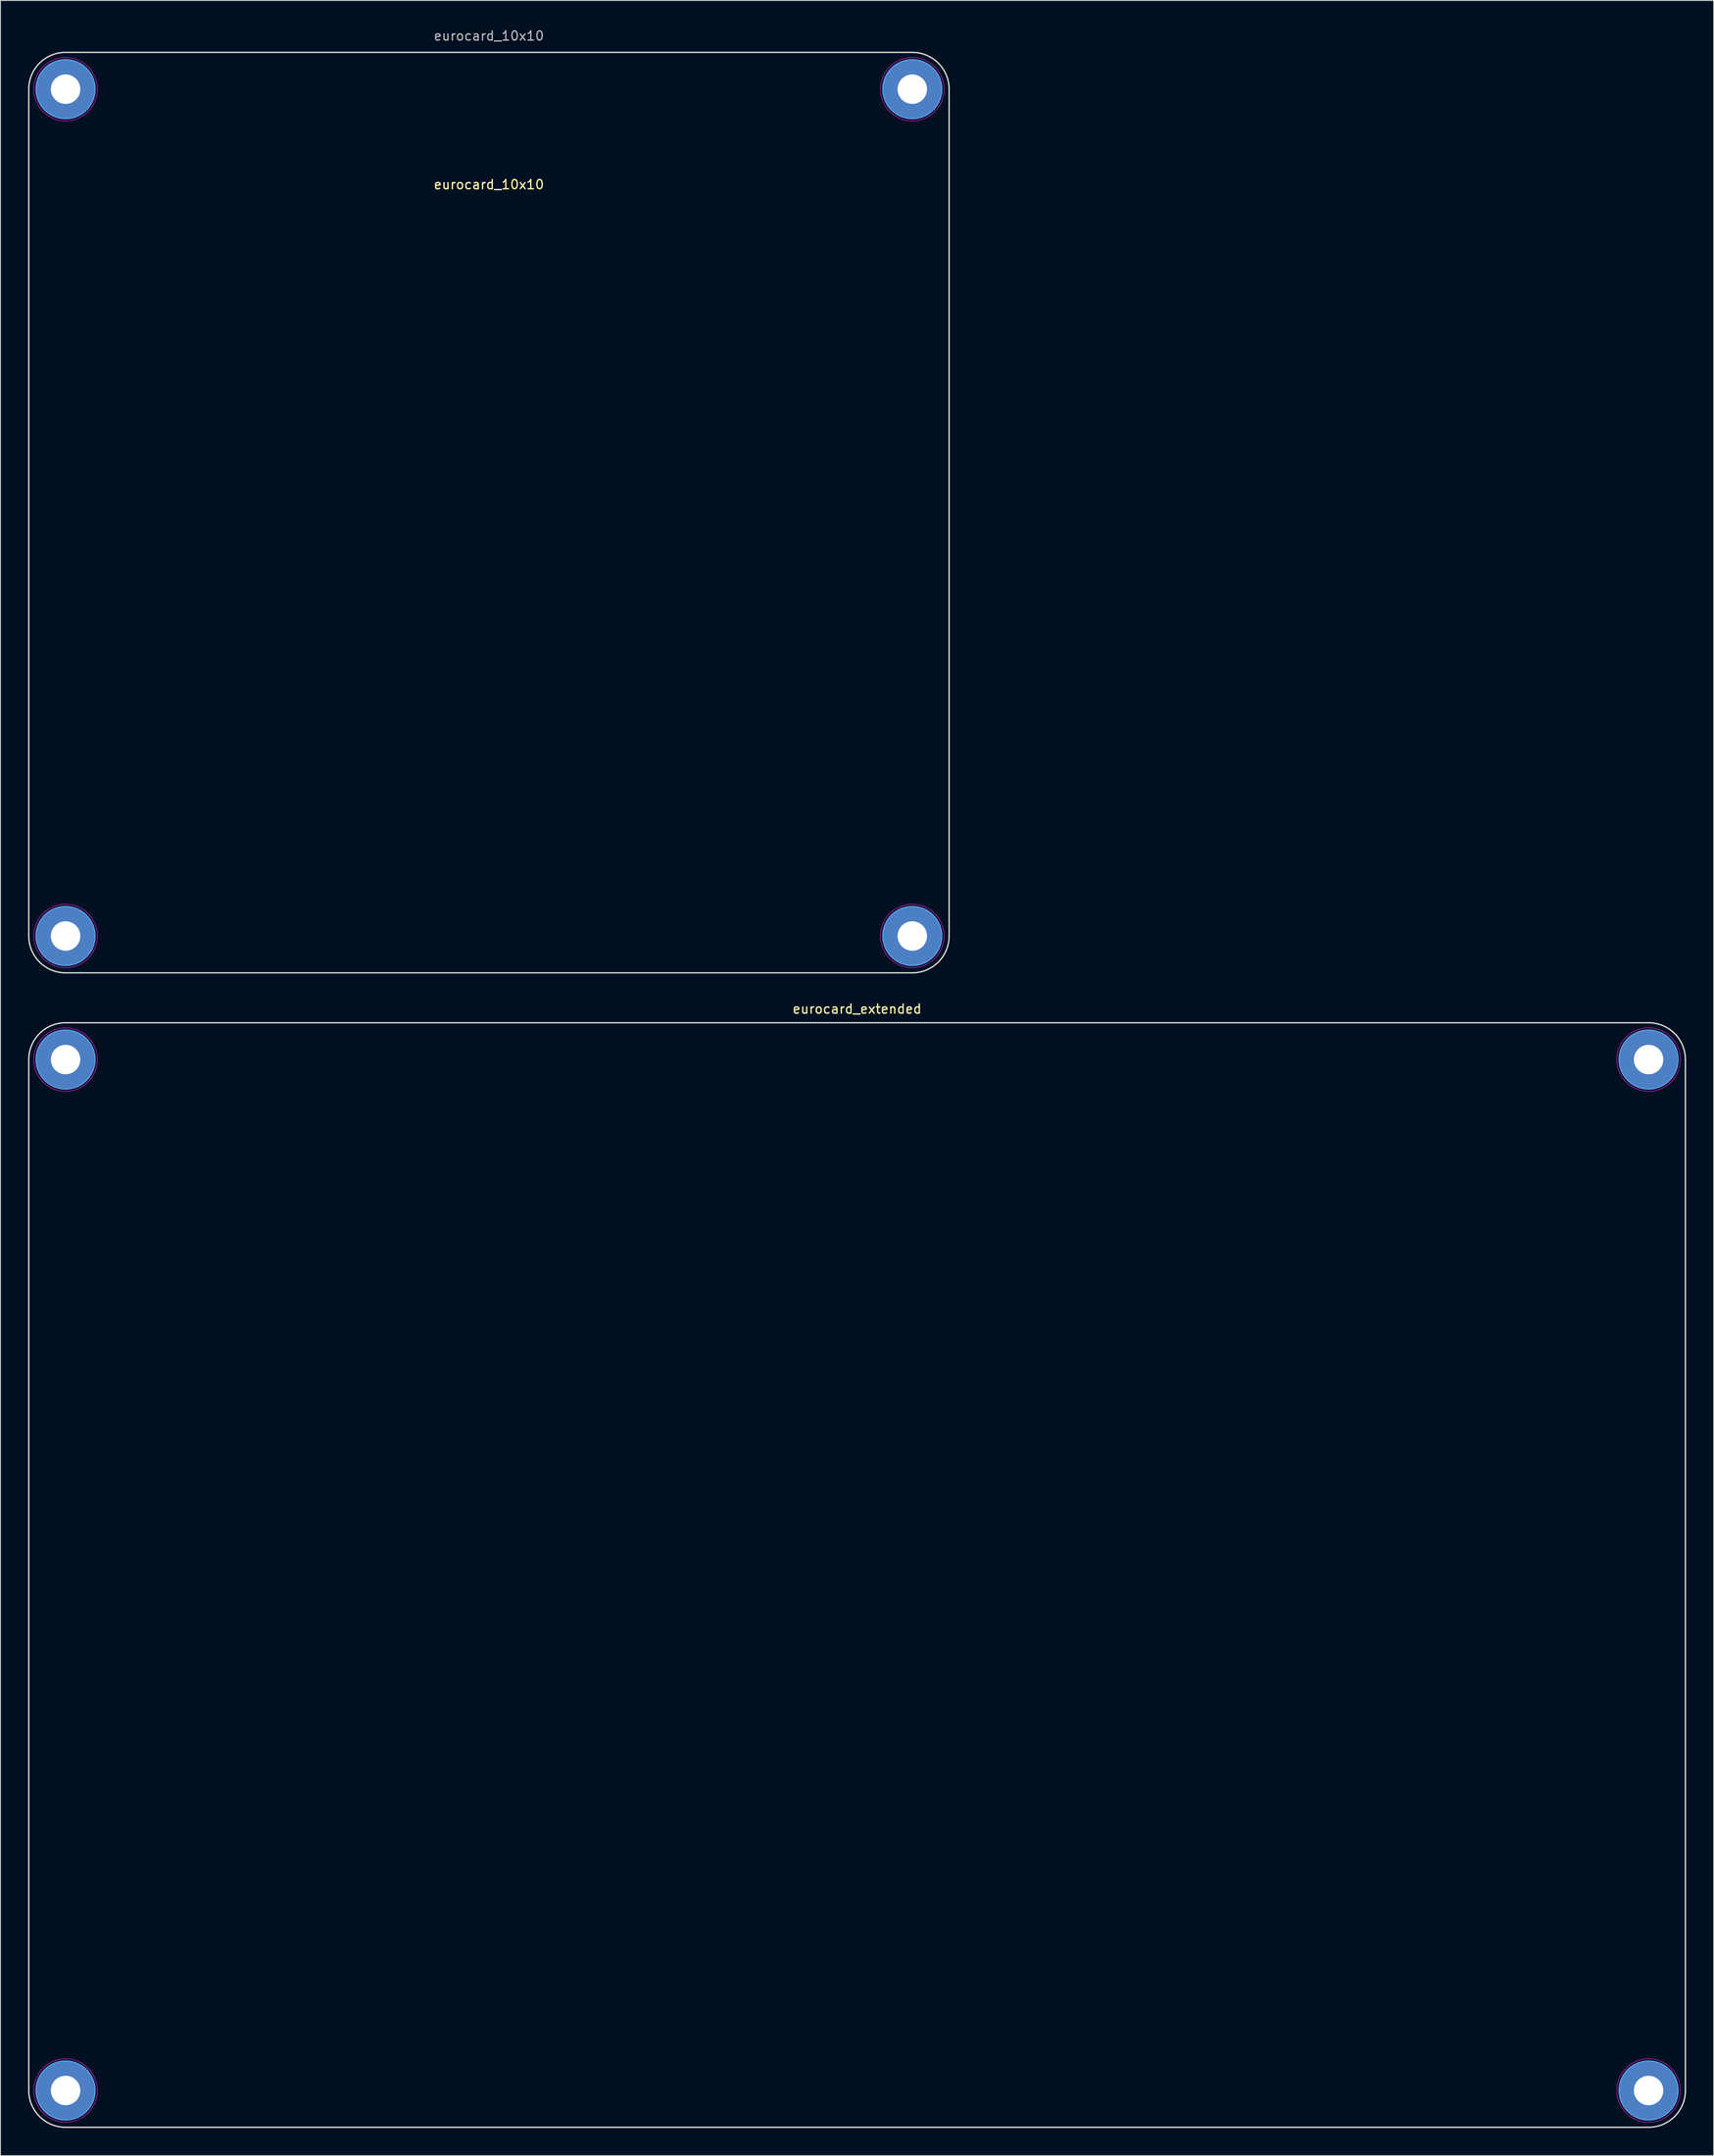
<source format=kicad_pcb>
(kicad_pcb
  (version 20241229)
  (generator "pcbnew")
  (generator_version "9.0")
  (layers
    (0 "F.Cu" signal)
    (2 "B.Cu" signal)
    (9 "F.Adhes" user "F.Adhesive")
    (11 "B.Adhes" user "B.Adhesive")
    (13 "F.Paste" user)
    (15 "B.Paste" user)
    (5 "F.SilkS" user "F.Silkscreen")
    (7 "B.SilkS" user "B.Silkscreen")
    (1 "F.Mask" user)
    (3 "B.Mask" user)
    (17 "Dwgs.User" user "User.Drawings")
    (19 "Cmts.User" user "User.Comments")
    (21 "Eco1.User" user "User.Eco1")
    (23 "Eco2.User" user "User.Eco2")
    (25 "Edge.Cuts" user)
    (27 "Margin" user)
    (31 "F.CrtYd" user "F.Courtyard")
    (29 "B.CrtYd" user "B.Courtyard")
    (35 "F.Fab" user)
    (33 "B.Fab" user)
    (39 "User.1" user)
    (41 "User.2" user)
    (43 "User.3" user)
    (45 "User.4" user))
  (footprint "eurocard_10x10"
    (layer "F.Cu")
    (at 50.075 52.638)
    (property "Reference" "eurocard_10x10" (at 0 -35.64 0) (unlocked yes) (layer "F.SilkS") (effects (font (size 1 1) (thickness 0.15))))
    (attr smd board_only exclude_from_bom)
    (fp_circle (center -46 -46) (end -42.8 -46) (stroke (width 0.15) (type solid)) (fill no) (layer "Cmts.User"))
    (fp_circle (center -46 46) (end -42.8 46) (stroke (width 0.15) (type solid)) (fill no) (layer "Cmts.User"))
    (fp_circle (center 46 -46) (end 42.8 -46) (stroke (width 0.15) (type solid)) (fill no) (layer "Cmts.User"))
    (fp_circle (center 46 46) (end 42.8 46) (stroke (width 0.15) (type solid)) (fill no) (layer "Cmts.User"))
    (fp_line (start -50 46) (end -50 -46) (stroke (width 0.15) (type solid)) (layer "Edge.Cuts"))
    (fp_line (start -46 -50) (end 46 -50) (stroke (width 0.15) (type solid)) (layer "Edge.Cuts"))
    (fp_line (start -46 50) (end 46 50) (stroke (width 0.15) (type solid)) (layer "Edge.Cuts"))
    (fp_line (start 50 -46) (end 50 46) (stroke (width 0.15) (type solid)) (layer "Edge.Cuts"))
    (fp_arc (start -50 -46) (mid -48.828427 -48.828427) (end -46 -50) (stroke (width 0.15) (type solid)) (layer "Edge.Cuts"))
    (fp_arc (start -46 50) (mid -48.828427 48.828427) (end -50 46) (stroke (width 0.15) (type solid)) (layer "Edge.Cuts"))
    (fp_arc (start 46 -50) (mid 48.828427 -48.828427) (end 50 -46) (stroke (width 0.15) (type solid)) (layer "Edge.Cuts"))
    (fp_arc (start 50 46) (mid 48.828427 48.828427) (end 46 50) (stroke (width 0.15) (type solid)) (layer "Edge.Cuts"))
    (fp_circle (center -46 -46) (end -42.55 -46) (stroke (width 0.05) (type solid)) (fill no) (layer "F.CrtYd"))
    (fp_circle (center -46 46) (end -42.55 46) (stroke (width 0.05) (type solid)) (fill no) (layer "F.CrtYd"))
    (fp_circle (center 46 -46) (end 42.55 -46) (stroke (width 0.05) (type solid)) (fill no) (layer "F.CrtYd"))
    (fp_circle (center 46 46) (end 42.55 46) (stroke (width 0.05) (type solid)) (fill no) (layer "F.CrtYd"))
    (fp_text user "${REFERENCE}" (at 0 -51.79 0) (unlocked yes) (layer "F.Fab") (effects (font (size 1 1) (thickness 0.15))))
    (pad "1" thru_hole circle (at -46 -46) (size 6.4 6.4) (drill 3.2) (layers "*.Cu" "*.Mask"))
    (pad "1" thru_hole circle (at -46 46) (size 6.4 6.4) (drill 3.2) (layers "*.Cu" "*.Mask"))
    (pad "1" thru_hole circle (at 46 -46 180) (size 6.4 6.4) (drill 3.2) (layers "*.Cu" "*.Mask"))
    (pad "1" thru_hole circle (at 46 46 180) (size 6.4 6.4) (drill 3.2) (layers "*.Cu" "*.Mask")))
  (footprint "eurocard_extended"
    (layer "F.Cu")
    (at 90.075 158.061)
    (property "Reference" "eurocard_extended" (at 0 -51.5 0) (unlocked yes) (layer "F.SilkS") (effects (font (size 1 1) (thickness 0.15))))
    (attr smd board_only exclude_from_bom)
    (fp_circle (center -86 -46) (end -82.8 -46) (stroke (width 0.15) (type solid)) (fill no) (layer "Cmts.User"))
    (fp_circle (center -86 66) (end -82.8 66) (stroke (width 0.15) (type solid)) (fill no) (layer "Cmts.User"))
    (fp_circle (center 86 -46) (end 82.8 -46) (stroke (width 0.15) (type solid)) (fill no) (layer "Cmts.User"))
    (fp_circle (center 86 66) (end 82.8 66) (stroke (width 0.15) (type solid)) (fill no) (layer "Cmts.User"))
    (fp_line (start -90 66) (end -90 -46) (stroke (width 0.15) (type solid)) (layer "Edge.Cuts"))
    (fp_line (start -86 -50) (end 86 -50) (stroke (width 0.15) (type solid)) (layer "Edge.Cuts"))
    (fp_line (start -86 70) (end 86 70) (stroke (width 0.15) (type solid)) (layer "Edge.Cuts"))
    (fp_line (start 90 -46) (end 90 66) (stroke (width 0.15) (type solid)) (layer "Edge.Cuts"))
    (fp_arc (start -90 -46) (mid -88.828427 -48.828427) (end -86 -50) (stroke (width 0.15) (type solid)) (layer "Edge.Cuts"))
    (fp_arc (start -86 70) (mid -88.828427 68.828427) (end -90 66) (stroke (width 0.15) (type solid)) (layer "Edge.Cuts"))
    (fp_arc (start 86 -50) (mid 88.828427 -48.828427) (end 90 -46) (stroke (width 0.15) (type solid)) (layer "Edge.Cuts"))
    (fp_arc (start 90 66) (mid 88.828427 68.828427) (end 86 70) (stroke (width 0.15) (type solid)) (layer "Edge.Cuts"))
    (fp_circle (center -86 -46) (end -82.55 -46) (stroke (width 0.05) (type solid)) (fill no) (layer "F.CrtYd"))
    (fp_circle (center -86 66) (end -82.55 66) (stroke (width 0.05) (type solid)) (fill no) (layer "F.CrtYd"))
    (fp_circle (center 86 -46) (end 82.55 -46) (stroke (width 0.05) (type solid)) (fill no) (layer "F.CrtYd"))
    (fp_circle (center 86 66) (end 82.55 66) (stroke (width 0.05) (type solid)) (fill no) (layer "F.CrtYd"))
    (pad "1" thru_hole circle (at -86 -46) (size 6.4 6.4) (drill 3.2) (layers "*.Cu" "*.Mask"))
    (pad "1" thru_hole circle (at -86 66) (size 6.4 6.4) (drill 3.2) (layers "*.Cu" "*.Mask"))
    (pad "1" thru_hole circle (at 86 -46 180) (size 6.4 6.4) (drill 3.2) (layers "*.Cu" "*.Mask"))
    (pad "1" thru_hole circle (at 86 66 180) (size 6.4 6.4) (drill 3.2) (layers "*.Cu" "*.Mask")))
  (gr_rect
    (start -3 -3)
    (end 183.15 231.137)
    (stroke (width 0.1) (type default))
    (fill no)
    (layer "Edge.Cuts")))
</source>
